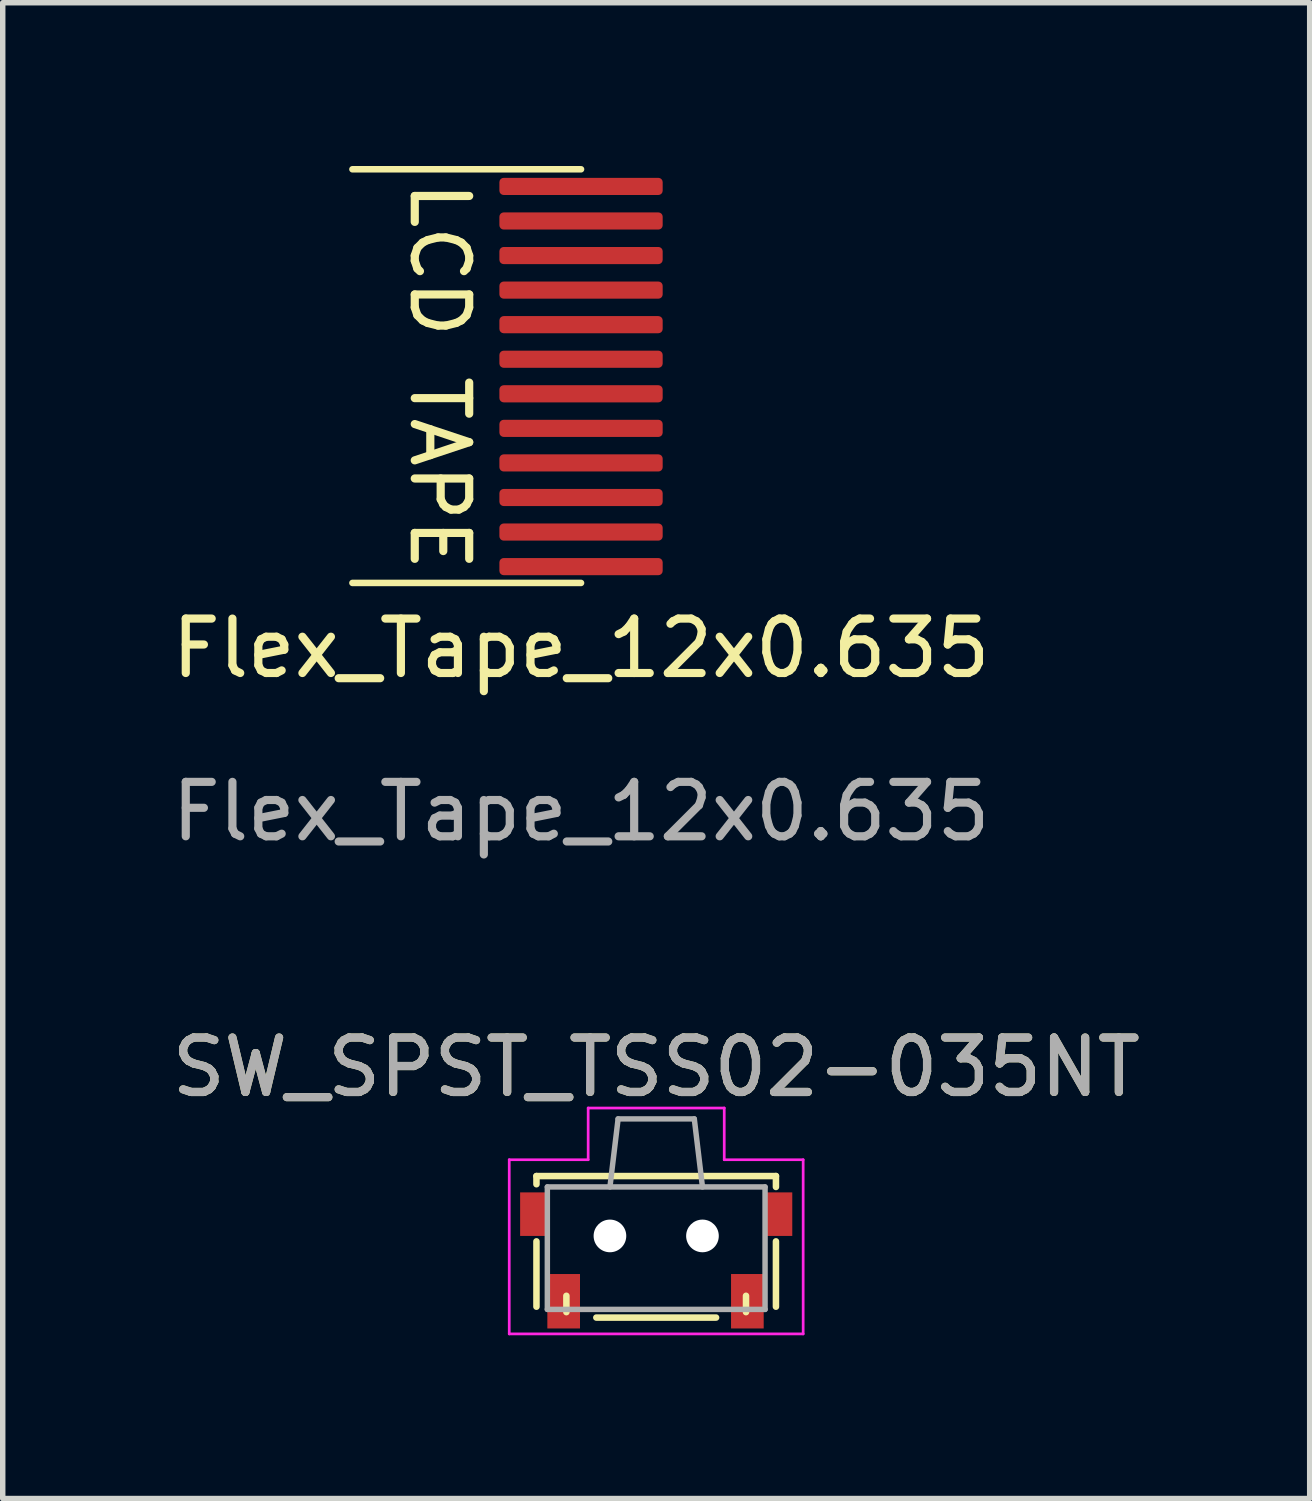
<source format=kicad_pcb>
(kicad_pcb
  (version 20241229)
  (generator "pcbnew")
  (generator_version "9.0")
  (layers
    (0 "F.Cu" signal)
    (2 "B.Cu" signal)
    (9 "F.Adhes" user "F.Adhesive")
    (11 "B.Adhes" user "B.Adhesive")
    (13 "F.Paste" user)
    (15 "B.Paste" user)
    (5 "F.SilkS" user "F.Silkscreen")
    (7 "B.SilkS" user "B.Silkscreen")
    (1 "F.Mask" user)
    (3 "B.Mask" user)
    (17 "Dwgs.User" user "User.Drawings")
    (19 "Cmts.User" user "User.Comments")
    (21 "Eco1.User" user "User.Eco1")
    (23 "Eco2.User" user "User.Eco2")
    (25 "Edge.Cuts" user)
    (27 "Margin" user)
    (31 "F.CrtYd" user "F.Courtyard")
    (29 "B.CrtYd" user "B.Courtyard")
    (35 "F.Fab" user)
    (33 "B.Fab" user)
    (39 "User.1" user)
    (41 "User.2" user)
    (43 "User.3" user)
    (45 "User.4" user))
  (footprint "Flex_Tape_12x0.635"
    (layer "F.Cu")
    (at 7.625 3.86)
    (property "Reference" "Flex_Tape_12x0.635" (at 0 5 0) (unlocked yes) (layer "F.SilkS") (effects (font (size 1 1) (thickness 0.15))))
    (attr smd)
    (fp_line (start 0 -3.8) (end -4.2 -3.8) (stroke (width 0.12) (type solid)) (layer "F.SilkS"))
    (fp_line (start 0 3.8) (end -4.2 3.8) (stroke (width 0.12) (type solid)) (layer "F.SilkS"))
    (fp_text user "LCD TAPE" (at -2.6 0 270) (unlocked yes) (layer "F.SilkS") (effects (font (size 1 1) (thickness 0.15))))
    (fp_text user "${REFERENCE}" (at 0 8 0) (unlocked yes) (layer "F.Fab") (effects (font (size 1 1) (thickness 0.15))))
    (pad "1" smd roundrect (at 0 -3.485) (size 3 0.315) (layers "F.Cu" "F.Mask" "F.Paste") (roundrect_rratio 0.25))
    (pad "2" smd roundrect (at 0 -2.85) (size 3 0.315) (layers "F.Cu" "F.Mask" "F.Paste") (roundrect_rratio 0.25))
    (pad "3" smd roundrect (at 0 -2.215) (size 3 0.315) (layers "F.Cu" "F.Mask" "F.Paste") (roundrect_rratio 0.25))
    (pad "4" smd roundrect (at 0 -1.58) (size 3 0.315) (layers "F.Cu" "F.Mask" "F.Paste") (roundrect_rratio 0.25))
    (pad "5" smd roundrect (at 0 -0.945) (size 3 0.315) (layers "F.Cu" "F.Mask" "F.Paste") (roundrect_rratio 0.25))
    (pad "6" smd roundrect (at 0 -0.31) (size 3 0.315) (layers "F.Cu" "F.Mask" "F.Paste") (roundrect_rratio 0.25))
    (pad "7" smd roundrect (at 0 0.325) (size 3 0.315) (layers "F.Cu" "F.Mask" "F.Paste") (roundrect_rratio 0.25))
    (pad "8" smd roundrect (at 0 0.96) (size 3 0.315) (layers "F.Cu" "F.Mask" "F.Paste") (roundrect_rratio 0.25))
    (pad "9" smd roundrect (at 0 1.595) (size 3 0.315) (layers "F.Cu" "F.Mask" "F.Paste") (roundrect_rratio 0.25))
    (pad "10" smd roundrect (at 0 2.23) (size 3 0.315) (layers "F.Cu" "F.Mask" "F.Paste") (roundrect_rratio 0.25))
    (pad "11" smd roundrect (at 0 2.865) (size 3 0.315) (layers "F.Cu" "F.Mask" "F.Paste") (roundrect_rratio 0.25))
    (pad "12" smd roundrect (at 0 3.5) (size 3 0.315) (layers "F.Cu" "F.Mask" "F.Paste") (roundrect_rratio 0.25)))
  (footprint "SW_SPST_TSS02-035NT"
    (layer "F.Cu")
    (at 9.006 19.657)
    (property "Reference" "SW_SPST_TSS02-035NT" (at 0 -3.1 0) (layer "F.SilkS") (effects (font (size 1 1) (thickness 0.15))))
    (attr smd)
    (fp_line (start -2.2 -1.1) (end 2.2 -1.1) (stroke (width 0.12) (type solid)) (layer "F.SilkS"))
    (fp_line (start -2.2 -0.95) (end -2.2 -1.1) (stroke (width 0.12) (type solid)) (layer "F.SilkS"))
    (fp_line (start -2.2 0.1) (end -2.2 1.3) (stroke (width 0.12) (type solid)) (layer "F.SilkS"))
    (fp_line (start -1.65 1.1) (end -1.65 1.4) (stroke (width 0.12) (type solid)) (layer "F.SilkS"))
    (fp_line (start -1.1 1.5) (end 1.1 1.5) (stroke (width 0.12) (type solid)) (layer "F.SilkS"))
    (fp_line (start 1.65 1.4) (end 1.65 1.1) (stroke (width 0.12) (type solid)) (layer "F.SilkS"))
    (fp_line (start 2.2 -1.1) (end 2.2 -0.9) (stroke (width 0.12) (type solid)) (layer "F.SilkS"))
    (fp_line (start 2.2 0.1) (end 2.2 1.3) (stroke (width 0.12) (type solid)) (layer "F.SilkS"))
    (fp_line (start -2.7 -1.4) (end -2.7 1.8) (stroke (width 0.05) (type solid)) (layer "F.CrtYd"))
    (fp_line (start -2.7 1.8) (end 2.7 1.8) (stroke (width 0.05) (type solid)) (layer "F.CrtYd"))
    (fp_line (start -1.25 -2.35) (end 1.25 -2.35) (stroke (width 0.05) (type solid)) (layer "F.CrtYd"))
    (fp_line (start -1.25 -1.4) (end -2.7 -1.4) (stroke (width 0.05) (type solid)) (layer "F.CrtYd"))
    (fp_line (start -1.25 -1.4) (end -1.25 -2.35) (stroke (width 0.05) (type solid)) (layer "F.CrtYd"))
    (fp_line (start 1.25 -2.35) (end 1.25 -1.4) (stroke (width 0.05) (type solid)) (layer "F.CrtYd"))
    (fp_line (start 1.25 -1.4) (end 2.7 -1.4) (stroke (width 0.05) (type solid)) (layer "F.CrtYd"))
    (fp_line (start 2.7 1.8) (end 2.7 -1.4) (stroke (width 0.05) (type solid)) (layer "F.CrtYd"))
    (fp_line (start -2 -0.9) (end 2 -0.9) (stroke (width 0.1) (type solid)) (layer "F.Fab"))
    (fp_line (start -2 1.35) (end -2 -0.9) (stroke (width 0.1) (type solid)) (layer "F.Fab"))
    (fp_line (start -0.85 -0.9) (end -0.7 -2.15) (stroke (width 0.1) (type solid)) (layer "F.Fab"))
    (fp_line (start -0.7 -2.15) (end 0.7 -2.15) (stroke (width 0.1) (type solid)) (layer "F.Fab"))
    (fp_line (start 0.7 -2.15) (end 0.85 -0.9) (stroke (width 0.1) (type solid)) (layer "F.Fab"))
    (fp_line (start 2 -0.9) (end 2 1.35) (stroke (width 0.1) (type solid)) (layer "F.Fab"))
    (fp_line (start 2 1.35) (end -2 1.35) (stroke (width 0.1) (type solid)) (layer "F.Fab"))
    (fp_text user "${REFERENCE}" (at 0 -3.1 0) (layer "F.Fab") (effects (font (size 1 1) (thickness 0.15))))
    (pad "" np_thru_hole circle (at -0.85 0) (size 0.6 0.6) (drill 0.6) (layers "*.Cu" "*.Mask"))
    (pad "" np_thru_hole circle (at 0.85 0) (size 0.6 0.6) (drill 0.6) (layers "*.Cu" "*.Mask"))
    (pad "1" smd rect (at -1.7 1.2) (size 0.6 1) (layers "F.Cu" "F.Mask" "F.Paste"))
    (pad "2" smd rect (at 1.675 1.2) (size 0.6 1) (layers "F.Cu" "F.Mask" "F.Paste"))
    (pad "3" smd rect (at 2.25 -0.4) (size 0.5 0.8) (layers "F.Cu" "F.Mask" "F.Paste"))
    (pad "4" smd rect (at -2.25 -0.4) (size 0.5 0.8) (layers "F.Cu" "F.Mask" "F.Paste")))
  (gr_rect
    (start -3 -3)
    (end 21.012 24.482)
    (stroke (width 0.1) (type default))
    (fill no)
    (layer "Edge.Cuts")))
</source>
